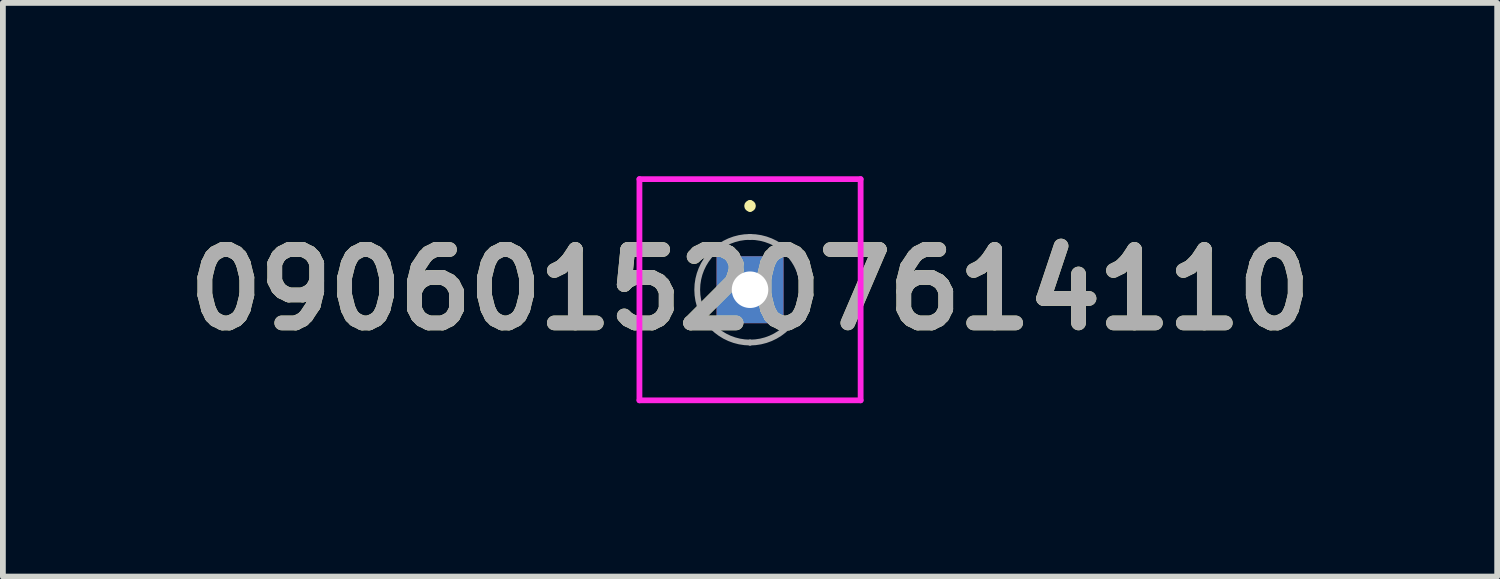
<source format=kicad_pcb>
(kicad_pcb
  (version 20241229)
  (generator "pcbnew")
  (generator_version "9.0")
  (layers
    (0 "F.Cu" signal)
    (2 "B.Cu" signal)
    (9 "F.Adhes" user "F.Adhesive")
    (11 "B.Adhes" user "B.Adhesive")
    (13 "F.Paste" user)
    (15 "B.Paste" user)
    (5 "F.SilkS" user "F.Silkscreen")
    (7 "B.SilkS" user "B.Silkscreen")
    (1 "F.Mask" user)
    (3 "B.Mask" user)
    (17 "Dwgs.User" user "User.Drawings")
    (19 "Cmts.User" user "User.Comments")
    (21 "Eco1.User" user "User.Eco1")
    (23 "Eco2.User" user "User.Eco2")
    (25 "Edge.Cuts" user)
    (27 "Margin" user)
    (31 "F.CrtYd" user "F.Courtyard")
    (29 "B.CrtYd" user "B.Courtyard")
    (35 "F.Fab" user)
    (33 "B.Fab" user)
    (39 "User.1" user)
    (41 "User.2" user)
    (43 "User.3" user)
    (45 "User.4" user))
  (footprint "0906015207614110"
    (layer "F.Cu")
    (at 9.93 1.964)
    (property "Reference" "0906015207614110" (at 0 0 0) (layer "F.SilkS") (effects (font (size 1.27 1.27) (thickness 0.254))))
    (attr through_hole)
    (fp_line (start 0 -1.5) (end 0 -1.5) (stroke (width 0.1) (type solid)) (layer "F.SilkS"))
    (fp_line (start 0 -1.4) (end 0 -1.4) (stroke (width 0.1) (type solid)) (layer "F.SilkS"))
    (fp_arc (start 0 -1.5) (mid 0.05 -1.45) (end 0 -1.4) (stroke (width 0.1) (type solid)) (layer "F.SilkS"))
    (fp_arc (start 0 -1.4) (mid -0.05 -1.45) (end 0 -1.5) (stroke (width 0.1) (type solid)) (layer "F.SilkS"))
    (fp_line (start -1.914 -1.914) (end 1.914 -1.914) (stroke (width 0.1) (type solid)) (layer "F.CrtYd"))
    (fp_line (start -1.914 1.914) (end -1.914 -1.914) (stroke (width 0.1) (type solid)) (layer "F.CrtYd"))
    (fp_line (start 1.914 -1.914) (end 1.914 1.914) (stroke (width 0.1) (type solid)) (layer "F.CrtYd"))
    (fp_line (start 1.914 1.914) (end -1.914 1.914) (stroke (width 0.1) (type solid)) (layer "F.CrtYd"))
    (fp_line (start 0 -0.914) (end 0 -0.914) (stroke (width 0.1) (type solid)) (layer "F.Fab"))
    (fp_line (start 0 0.914) (end 0 0.914) (stroke (width 0.1) (type solid)) (layer "F.Fab"))
    (fp_arc (start 0 -0.914) (mid 0.914 0) (end 0 0.914) (stroke (width 0.1) (type solid)) (layer "F.Fab"))
    (fp_arc (start 0 0.914) (mid -0.914 0) (end 0 -0.914) (stroke (width 0.1) (type solid)) (layer "F.Fab"))
    (fp_text user "${REFERENCE}" (at 0 0 0) (layer "F.Fab") (effects (font (size 1.27 1.27) (thickness 0.254))))
    (pad "1" thru_hole rect (at 0 0) (size 1.159 1.159) (drill 0.632) (layers "*.Cu" "*.Mask")))
  (gr_rect
    (start -3 -3)
    (end 22.86 6.928)
    (stroke (width 0.1) (type default))
    (fill no)
    (layer "Edge.Cuts")))
</source>
